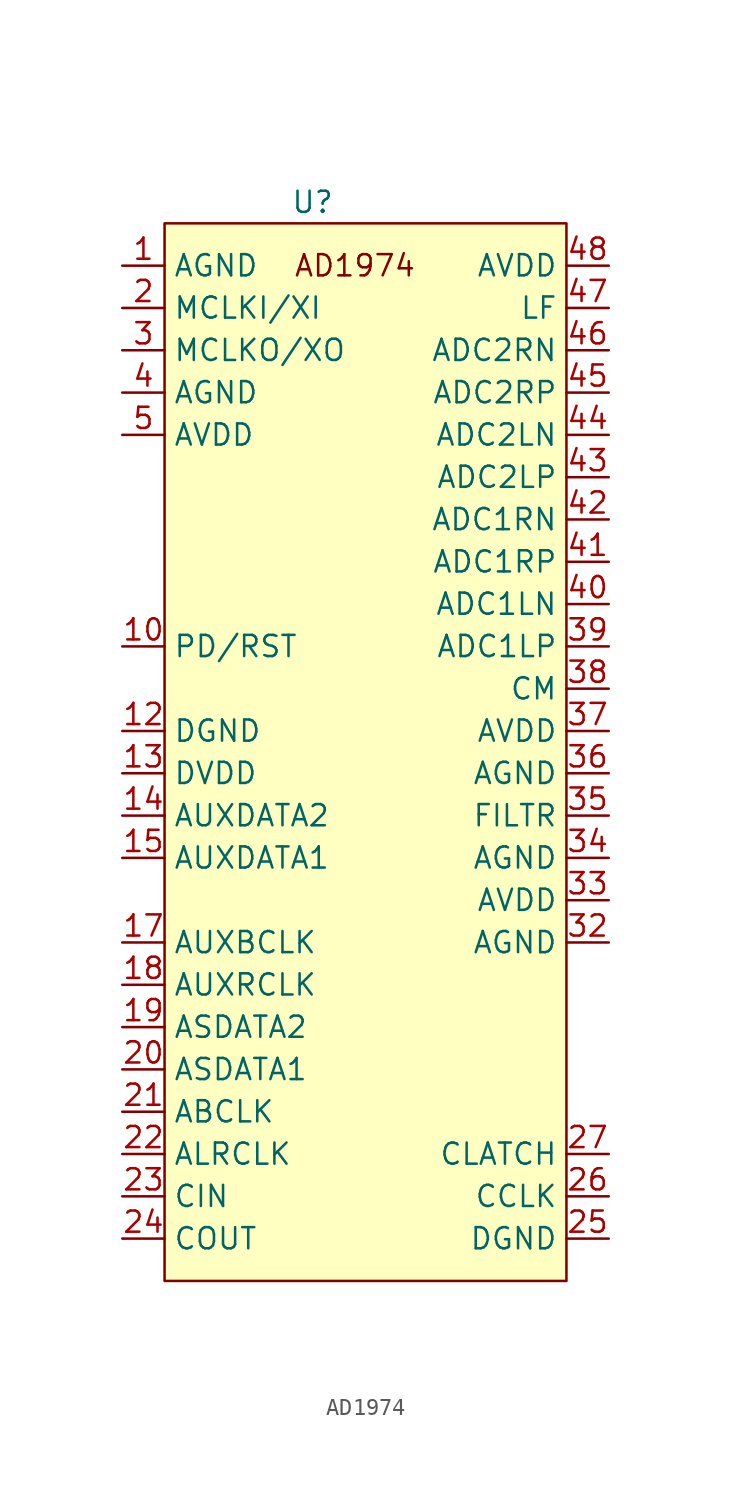
<source format=kicad_sym>
(kicad_symbol_lib
  (version 20220914)
  (generator kicad_symbol_editor)
  (symbol "AD1974"
    (property "Reference" "U"
      (at 10.16 -1.27 0)
      (effects (font (size 1.27 1.27))))
    (property "Value" ""
      (at 0 0 0)
      (effects (font (size 1.27 1.27))))
    (symbol "AD1974_1_1"
      (rectangle (start 1.27 -2.54) (end 25.4 -66.04) (stroke (width 0) (type default)) (fill (type background)))
      (text "AD1974" (at 12.7 -5.08 0) (effects (font (size 1.27 1.27))))
      (pin input line (at -1.27 -5.08 0) (length 2.54) (name "AGND" (effects (font (size 1.27 1.27)))) (number "1" (effects (font (size 1.27 1.27)))))
      (pin input line (at -1.27 -27.94 0) (length 2.54) (name "PD/RST" (effects (font (size 1.27 1.27)))) (number "10" (effects (font (size 1.27 1.27)))))
      (pin input line (at -1.27 -33.02 0) (length 2.54) (name "DGND" (effects (font (size 1.27 1.27)))) (number "12" (effects (font (size 1.27 1.27)))))
      (pin input line (at -1.27 -35.56 0) (length 2.54) (name "DVDD" (effects (font (size 1.27 1.27)))) (number "13" (effects (font (size 1.27 1.27)))))
      (pin input line (at -1.27 -38.1 0) (length 2.54) (name "AUXDATA2" (effects (font (size 1.27 1.27)))) (number "14" (effects (font (size 1.27 1.27)))))
      (pin input line (at -1.27 -40.64 0) (length 2.54) (name "AUXDATA1" (effects (font (size 1.27 1.27)))) (number "15" (effects (font (size 1.27 1.27)))))
      (pin input line (at -1.27 -45.72 0) (length 2.54) (name "AUXBCLK" (effects (font (size 1.27 1.27)))) (number "17" (effects (font (size 1.27 1.27)))))
      (pin input line (at -1.27 -48.26 0) (length 2.54) (name "AUXRCLK" (effects (font (size 1.27 1.27)))) (number "18" (effects (font (size 1.27 1.27)))))
      (pin input line (at -1.27 -50.8 0) (length 2.54) (name "ASDATA2" (effects (font (size 1.27 1.27)))) (number "19" (effects (font (size 1.27 1.27)))))
      (pin input line (at -1.27 -7.62 0) (length 2.54) (name "MCLKI/XI" (effects (font (size 1.27 1.27)))) (number "2" (effects (font (size 1.27 1.27)))))
      (pin input line (at -1.27 -53.34 0) (length 2.54) (name "ASDATA1" (effects (font (size 1.27 1.27)))) (number "20" (effects (font (size 1.27 1.27)))))
      (pin input line (at -1.27 -55.88 0) (length 2.54) (name "ABCLK" (effects (font (size 1.27 1.27)))) (number "21" (effects (font (size 1.27 1.27)))))
      (pin input line (at -1.27 -58.42 0) (length 2.54) (name "ALRCLK" (effects (font (size 1.27 1.27)))) (number "22" (effects (font (size 1.27 1.27)))))
      (pin input line (at -1.27 -60.96 0) (length 2.54) (name "CIN" (effects (font (size 1.27 1.27)))) (number "23" (effects (font (size 1.27 1.27)))))
      (pin input line (at -1.27 -63.5 0) (length 2.54) (name "COUT" (effects (font (size 1.27 1.27)))) (number "24" (effects (font (size 1.27 1.27)))))
      (pin input line (at 27.94 -63.5 180) (length 2.54) (name "DGND" (effects (font (size 1.27 1.27)))) (number "25" (effects (font (size 1.27 1.27)))))
      (pin input line (at 27.94 -60.96 180) (length 2.54) (name "CCLK" (effects (font (size 1.27 1.27)))) (number "26" (effects (font (size 1.27 1.27)))))
      (pin input line (at 27.94 -58.42 180) (length 2.54) (name "CLATCH" (effects (font (size 1.27 1.27)))) (number "27" (effects (font (size 1.27 1.27)))))
      (pin output line (at -1.27 -10.16 0) (length 2.54) (name "MCLKO/XO" (effects (font (size 1.27 1.27)))) (number "3" (effects (font (size 1.27 1.27)))))
      (pin input line (at 27.94 -45.72 180) (length 2.54) (name "AGND" (effects (font (size 1.27 1.27)))) (number "32" (effects (font (size 1.27 1.27)))))
      (pin input line (at 27.94 -43.18 180) (length 2.54) (name "AVDD" (effects (font (size 1.27 1.27)))) (number "33" (effects (font (size 1.27 1.27)))))
      (pin input line (at 27.94 -40.64 180) (length 2.54) (name "AGND" (effects (font (size 1.27 1.27)))) (number "34" (effects (font (size 1.27 1.27)))))
      (pin input line (at 27.94 -38.1 180) (length 2.54) (name "FILTR" (effects (font (size 1.27 1.27)))) (number "35" (effects (font (size 1.27 1.27)))))
      (pin input line (at 27.94 -35.56 180) (length 2.54) (name "AGND" (effects (font (size 1.27 1.27)))) (number "36" (effects (font (size 1.27 1.27)))))
      (pin input line (at 27.94 -33.02 180) (length 2.54) (name "AVDD" (effects (font (size 1.27 1.27)))) (number "37" (effects (font (size 1.27 1.27)))))
      (pin input line (at 27.94 -30.48 180) (length 2.54) (name "CM" (effects (font (size 1.27 1.27)))) (number "38" (effects (font (size 1.27 1.27)))))
      (pin input line (at 27.94 -27.94 180) (length 2.54) (name "ADC1LP" (effects (font (size 1.27 1.27)))) (number "39" (effects (font (size 1.27 1.27)))))
      (pin input line (at -1.27 -12.7 0) (length 2.54) (name "AGND" (effects (font (size 1.27 1.27)))) (number "4" (effects (font (size 1.27 1.27)))))
      (pin input line (at 27.94 -25.4 180) (length 2.54) (name "ADC1LN" (effects (font (size 1.27 1.27)))) (number "40" (effects (font (size 1.27 1.27)))))
      (pin input line (at 27.94 -22.86 180) (length 2.54) (name "ADC1RP" (effects (font (size 1.27 1.27)))) (number "41" (effects (font (size 1.27 1.27)))))
      (pin input line (at 27.94 -20.32 180) (length 2.54) (name "ADC1RN" (effects (font (size 1.27 1.27)))) (number "42" (effects (font (size 1.27 1.27)))))
      (pin input line (at 27.94 -17.78 180) (length 2.54) (name "ADC2LP" (effects (font (size 1.27 1.27)))) (number "43" (effects (font (size 1.27 1.27)))))
      (pin input line (at 27.94 -15.24 180) (length 2.54) (name "ADC2LN" (effects (font (size 1.27 1.27)))) (number "44" (effects (font (size 1.27 1.27)))))
      (pin input line (at 27.94 -12.7 180) (length 2.54) (name "ADC2RP" (effects (font (size 1.27 1.27)))) (number "45" (effects (font (size 1.27 1.27)))))
      (pin input line (at 27.94 -10.16 180) (length 2.54) (name "ADC2RN" (effects (font (size 1.27 1.27)))) (number "46" (effects (font (size 1.27 1.27)))))
      (pin input line (at 27.94 -7.62 180) (length 2.54) (name "LF" (effects (font (size 1.27 1.27)))) (number "47" (effects (font (size 1.27 1.27)))))
      (pin input line (at 27.94 -5.08 180) (length 2.54) (name "AVDD" (effects (font (size 1.27 1.27)))) (number "48" (effects (font (size 1.27 1.27)))))
      (pin input line (at -1.27 -15.24 0) (length 2.54) (name "AVDD" (effects (font (size 1.27 1.27)))) (number "5" (effects (font (size 1.27 1.27))))))))
</source>
